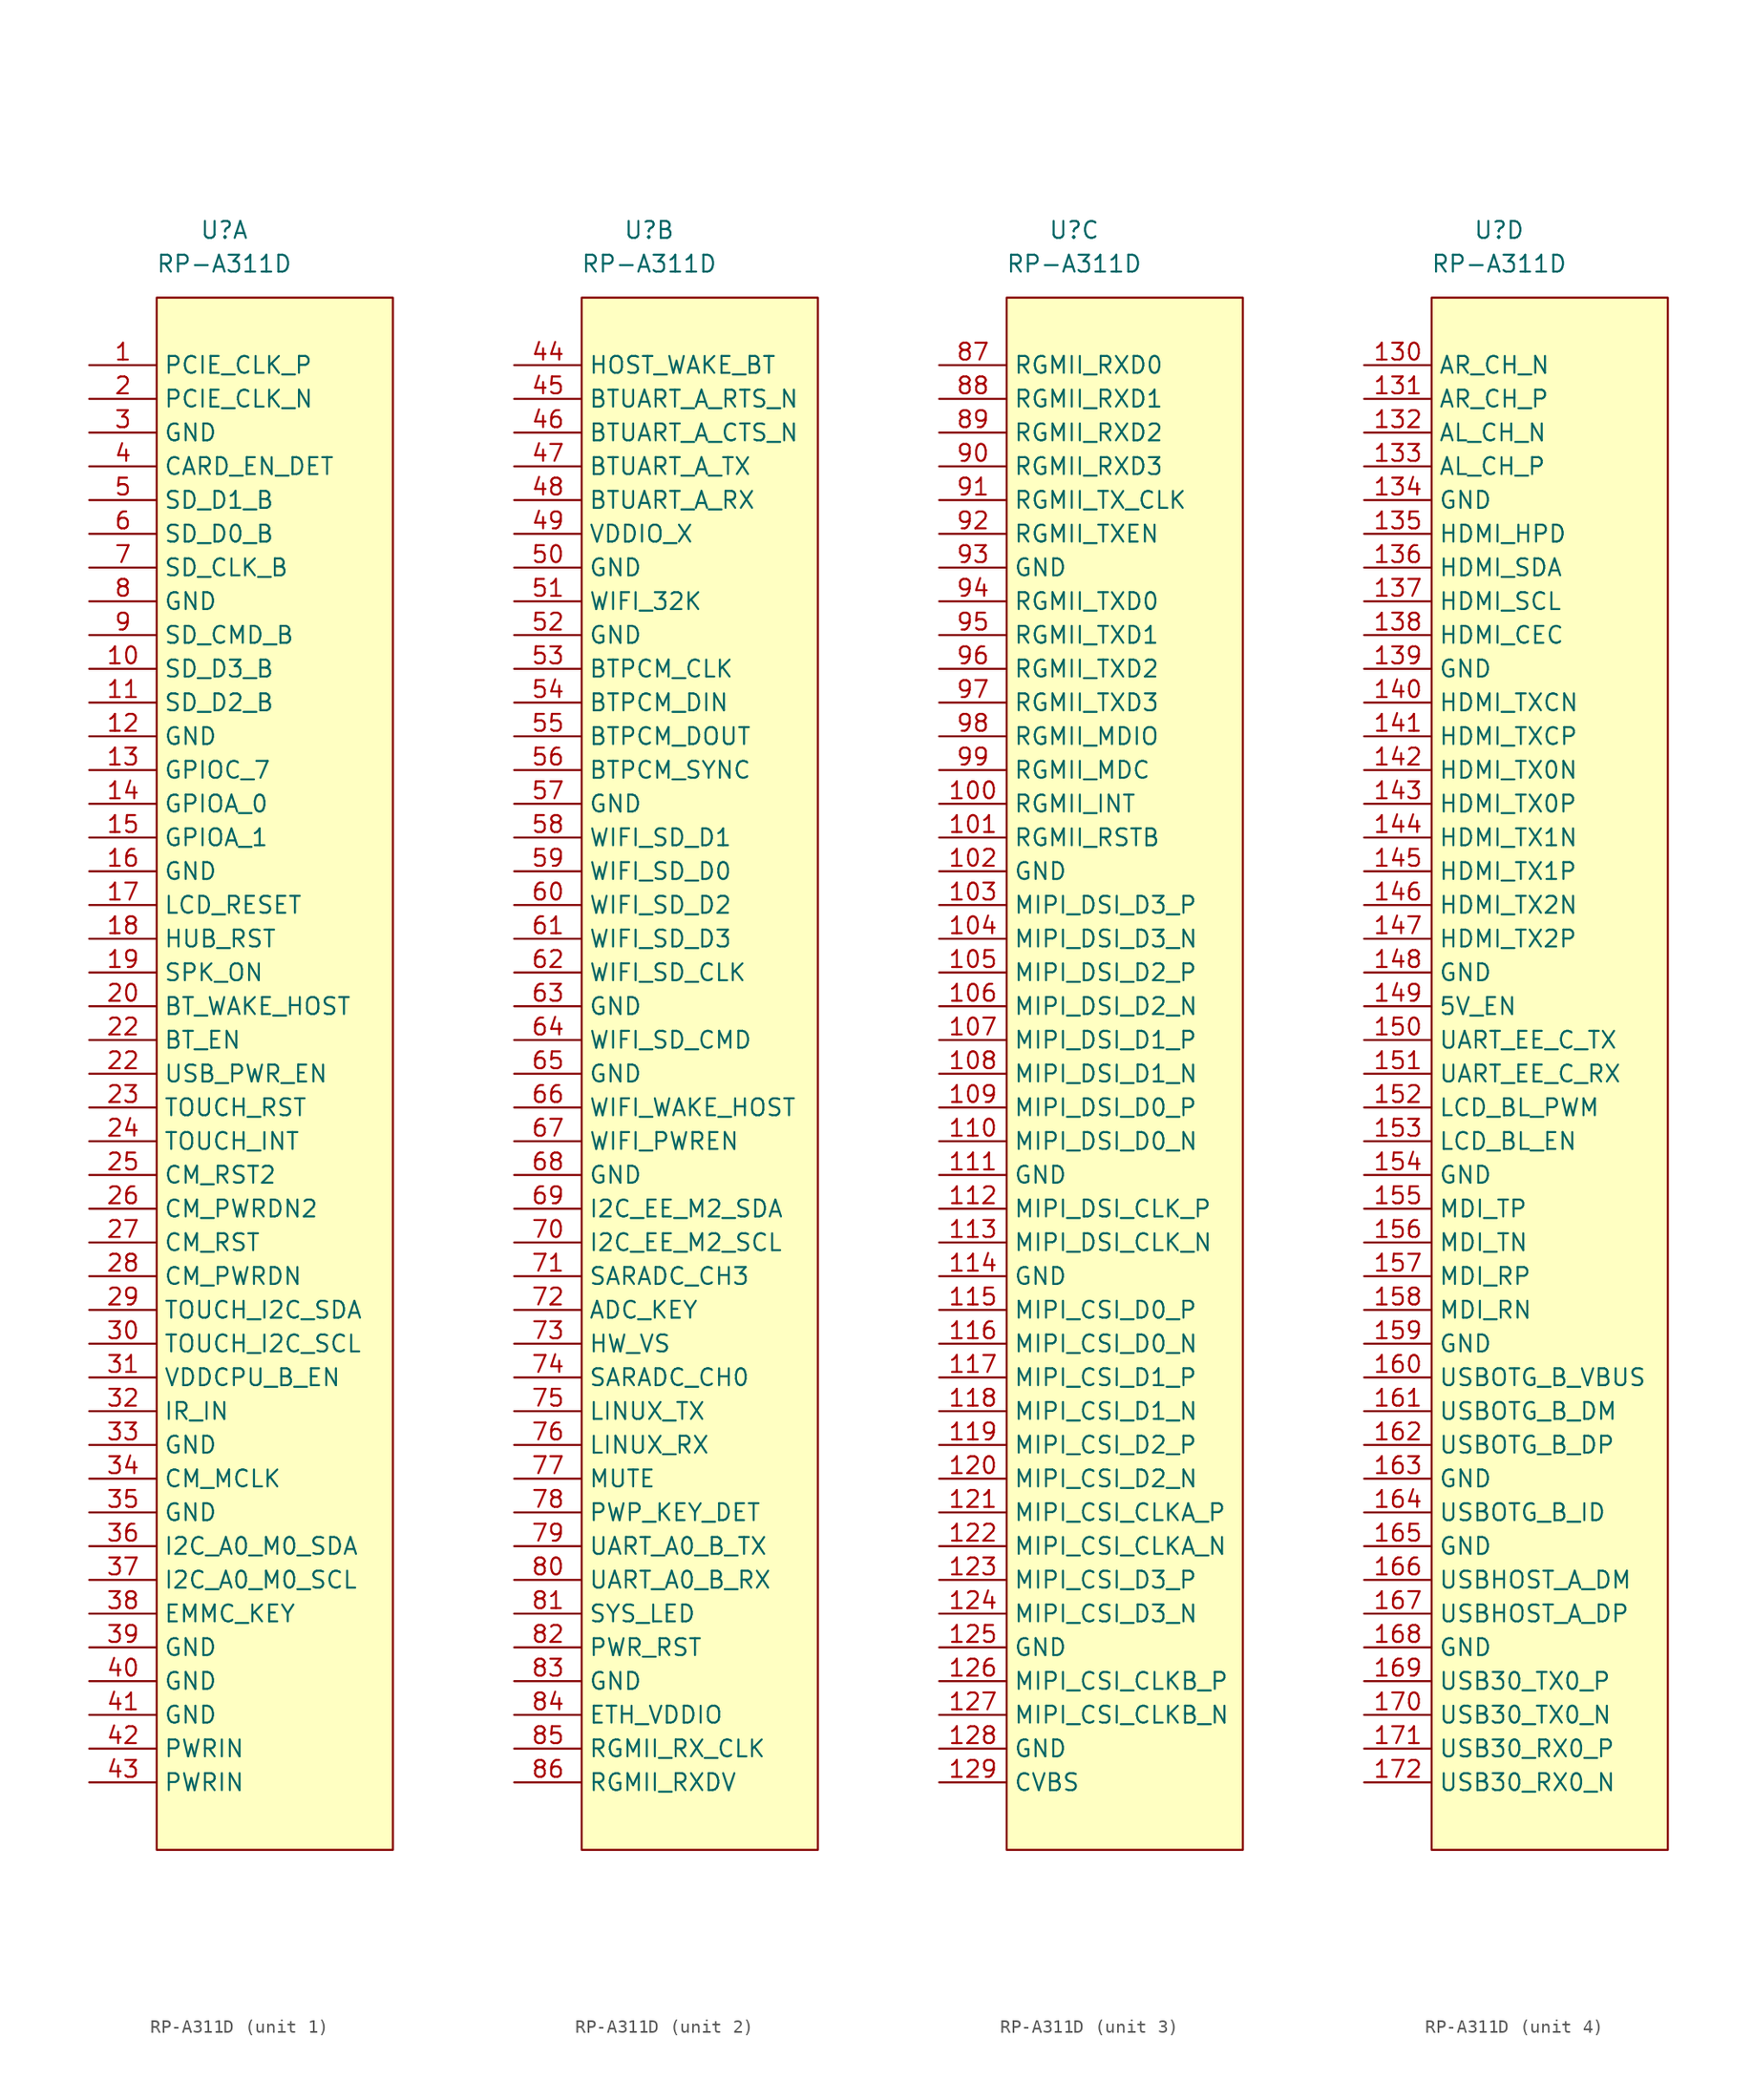
<source format=kicad_sym>
(kicad_symbol_lib
  (version 20211014)
  (generator kicad_symbol_editor)
  (symbol "RP-A311D"
    (property "Reference" "U"
      (at 0 0 0)
      (effects (font (size 1.27 1.27))))
    (property "Value" "RP-A311D"
      (at 0 -2.54 0)
      (effects (font (size 1.27 1.27))))
    (property "ki_locked" ""
      (at 0 0 0)
      (effects (font (size 1.27 1.27))))
    (symbol "RP-A311D_1_1"
      (rectangle (start -5.08 -5.08) (end 12.7 -121.92) (stroke (width 0.152) (type default) (color 0 0 0 0)) (fill (type background)))
      (pin output line (at -10.16 -10.16 0) (length 5.08) (name "PCIE_CLK_P" (effects (font (size 1.27 1.27)))) (number "1" (effects (font (size 1.27 1.27)))))
      (pin bidirectional line (at -10.16 -33.02 0) (length 5.08) (name "SD_D3_B" (effects (font (size 1.27 1.27)))) (number "10" (effects (font (size 1.27 1.27)))))
      (pin bidirectional line (at -10.16 -35.56 0) (length 5.08) (name "SD_D2_B" (effects (font (size 1.27 1.27)))) (number "11" (effects (font (size 1.27 1.27)))))
      (pin power_in line (at -10.16 -38.1 0) (length 5.08) (name "GND" (effects (font (size 1.27 1.27)))) (number "12" (effects (font (size 1.27 1.27)))))
      (pin bidirectional line (at -10.16 -40.64 0) (length 5.08) (name "GPIOC_7" (effects (font (size 1.27 1.27)))) (number "13" (effects (font (size 1.27 1.27)))))
      (pin bidirectional line (at -10.16 -43.18 0) (length 5.08) (name "GPIOA_0" (effects (font (size 1.27 1.27)))) (number "14" (effects (font (size 1.27 1.27)))))
      (pin bidirectional line (at -10.16 -45.72 0) (length 5.08) (name "GPIOA_1" (effects (font (size 1.27 1.27)))) (number "15" (effects (font (size 1.27 1.27)))))
      (pin power_in line (at -10.16 -48.26 0) (length 5.08) (name "GND" (effects (font (size 1.27 1.27)))) (number "16" (effects (font (size 1.27 1.27)))))
      (pin output line (at -10.16 -50.8 0) (length 5.08) (name "LCD_RESET" (effects (font (size 1.27 1.27)))) (number "17" (effects (font (size 1.27 1.27)))))
      (pin output line (at -10.16 -53.34 0) (length 5.08) (name "HUB_RST" (effects (font (size 1.27 1.27)))) (number "18" (effects (font (size 1.27 1.27)))))
      (pin output line (at -10.16 -55.88 0) (length 5.08) (name "SPK_ON" (effects (font (size 1.27 1.27)))) (number "19" (effects (font (size 1.27 1.27)))))
      (pin output line (at -10.16 -12.7 0) (length 5.08) (name "PCIE_CLK_N" (effects (font (size 1.27 1.27)))) (number "2" (effects (font (size 1.27 1.27)))))
      (pin input line (at -10.16 -58.42 0) (length 5.08) (name "BT_WAKE_HOST" (effects (font (size 1.27 1.27)))) (number "20" (effects (font (size 1.27 1.27)))))
      (pin output line (at -10.16 -60.96 0) (length 5.08) (name "BT_EN" (effects (font (size 1.27 1.27)))) (number "22" (effects (font (size 1.27 1.27)))))
      (pin output line (at -10.16 -63.5 0) (length 5.08) (name "USB_PWR_EN" (effects (font (size 1.27 1.27)))) (number "22" (effects (font (size 1.27 1.27)))))
      (pin output line (at -10.16 -66.04 0) (length 5.08) (name "TOUCH_RST" (effects (font (size 1.27 1.27)))) (number "23" (effects (font (size 1.27 1.27)))))
      (pin input line (at -10.16 -68.58 0) (length 5.08) (name "TOUCH_INT" (effects (font (size 1.27 1.27)))) (number "24" (effects (font (size 1.27 1.27)))))
      (pin output line (at -10.16 -71.12 0) (length 5.08) (name "CM_RST2" (effects (font (size 1.27 1.27)))) (number "25" (effects (font (size 1.27 1.27)))))
      (pin output line (at -10.16 -73.66 0) (length 5.08) (name "CM_PWRDN2" (effects (font (size 1.27 1.27)))) (number "26" (effects (font (size 1.27 1.27)))))
      (pin output line (at -10.16 -76.2 0) (length 5.08) (name "CM_RST" (effects (font (size 1.27 1.27)))) (number "27" (effects (font (size 1.27 1.27)))))
      (pin output line (at -10.16 -78.74 0) (length 5.08) (name "CM_PWRDN" (effects (font (size 1.27 1.27)))) (number "28" (effects (font (size 1.27 1.27)))))
      (pin open_collector line (at -10.16 -81.28 0) (length 5.08) (name "TOUCH_I2C_SDA" (effects (font (size 1.27 1.27)))) (number "29" (effects (font (size 1.27 1.27)))))
      (pin power_in line (at -10.16 -15.24 0) (length 5.08) (name "GND" (effects (font (size 1.27 1.27)))) (number "3" (effects (font (size 1.27 1.27)))))
      (pin open_collector line (at -10.16 -83.82 0) (length 5.08) (name "TOUCH_I2C_SCL" (effects (font (size 1.27 1.27)))) (number "30" (effects (font (size 1.27 1.27)))))
      (pin output line (at -10.16 -86.36 0) (length 5.08) (name "VDDCPU_B_EN" (effects (font (size 1.27 1.27)))) (number "31" (effects (font (size 1.27 1.27)))))
      (pin input line (at -10.16 -88.9 0) (length 5.08) (name "IR_IN" (effects (font (size 1.27 1.27)))) (number "32" (effects (font (size 1.27 1.27)))))
      (pin power_in line (at -10.16 -91.44 0) (length 5.08) (name "GND" (effects (font (size 1.27 1.27)))) (number "33" (effects (font (size 1.27 1.27)))))
      (pin output line (at -10.16 -93.98 0) (length 5.08) (name "CM_MCLK" (effects (font (size 1.27 1.27)))) (number "34" (effects (font (size 1.27 1.27)))))
      (pin power_in line (at -10.16 -96.52 0) (length 5.08) (name "GND" (effects (font (size 1.27 1.27)))) (number "35" (effects (font (size 1.27 1.27)))))
      (pin open_collector line (at -10.16 -99.06 0) (length 5.08) (name "I2C_A0_M0_SDA" (effects (font (size 1.27 1.27)))) (number "36" (effects (font (size 1.27 1.27)))))
      (pin open_collector line (at -10.16 -101.6 0) (length 5.08) (name "I2C_A0_M0_SCL" (effects (font (size 1.27 1.27)))) (number "37" (effects (font (size 1.27 1.27)))))
      (pin input line (at -10.16 -104.14 0) (length 5.08) (name "EMMC_KEY" (effects (font (size 1.27 1.27)))) (number "38" (effects (font (size 1.27 1.27)))))
      (pin power_in line (at -10.16 -106.68 0) (length 5.08) (name "GND" (effects (font (size 1.27 1.27)))) (number "39" (effects (font (size 1.27 1.27)))))
      (pin input line (at -10.16 -17.78 0) (length 5.08) (name "CARD_EN_DET" (effects (font (size 1.27 1.27)))) (number "4" (effects (font (size 1.27 1.27)))))
      (pin power_in line (at -10.16 -109.22 0) (length 5.08) (name "GND" (effects (font (size 1.27 1.27)))) (number "40" (effects (font (size 1.27 1.27)))))
      (pin power_in line (at -10.16 -111.76 0) (length 5.08) (name "GND" (effects (font (size 1.27 1.27)))) (number "41" (effects (font (size 1.27 1.27)))))
      (pin power_in line (at -10.16 -114.3 0) (length 5.08) (name "PWRIN" (effects (font (size 1.27 1.27)))) (number "42" (effects (font (size 1.27 1.27)))))
      (pin power_in line (at -10.16 -116.84 0) (length 5.08) (name "PWRIN" (effects (font (size 1.27 1.27)))) (number "43" (effects (font (size 1.27 1.27)))))
      (pin bidirectional line (at -10.16 -20.32 0) (length 5.08) (name "SD_D1_B" (effects (font (size 1.27 1.27)))) (number "5" (effects (font (size 1.27 1.27)))))
      (pin bidirectional line (at -10.16 -22.86 0) (length 5.08) (name "SD_D0_B" (effects (font (size 1.27 1.27)))) (number "6" (effects (font (size 1.27 1.27)))))
      (pin bidirectional line (at -10.16 -25.4 0) (length 5.08) (name "SD_CLK_B" (effects (font (size 1.27 1.27)))) (number "7" (effects (font (size 1.27 1.27)))))
      (pin power_in line (at -10.16 -27.94 0) (length 5.08) (name "GND" (effects (font (size 1.27 1.27)))) (number "8" (effects (font (size 1.27 1.27)))))
      (pin bidirectional line (at -10.16 -30.48 0) (length 5.08) (name "SD_CMD_B" (effects (font (size 1.27 1.27)))) (number "9" (effects (font (size 1.27 1.27))))))
    (symbol "RP-A311D_2_1"
      (rectangle (start -5.08 -5.08) (end 12.7 -121.92) (stroke (width 0.152) (type default) (color 0 0 0 0)) (fill (type background)))
      (pin output line (at -10.16 -10.16 0) (length 5.08) (name "HOST_WAKE_BT" (effects (font (size 1.27 1.27)))) (number "44" (effects (font (size 1.27 1.27)))))
      (pin output line (at -10.16 -12.7 0) (length 5.08) (name "BTUART_A_RTS_N" (effects (font (size 1.27 1.27)))) (number "45" (effects (font (size 1.27 1.27)))))
      (pin input line (at -10.16 -15.24 0) (length 5.08) (name "BTUART_A_CTS_N" (effects (font (size 1.27 1.27)))) (number "46" (effects (font (size 1.27 1.27)))))
      (pin output line (at -10.16 -17.78 0) (length 5.08) (name "BTUART_A_TX" (effects (font (size 1.27 1.27)))) (number "47" (effects (font (size 1.27 1.27)))))
      (pin input line (at -10.16 -20.32 0) (length 5.08) (name "BTUART_A_RX" (effects (font (size 1.27 1.27)))) (number "48" (effects (font (size 1.27 1.27)))))
      (pin power_in line (at -10.16 -22.86 0) (length 5.08) (name "VDDIO_X" (effects (font (size 1.27 1.27)))) (number "49" (effects (font (size 1.27 1.27)))))
      (pin power_in line (at -10.16 -25.4 0) (length 5.08) (name "GND" (effects (font (size 1.27 1.27)))) (number "50" (effects (font (size 1.27 1.27)))))
      (pin output line (at -10.16 -27.94 0) (length 5.08) (name "WIFI_32K" (effects (font (size 1.27 1.27)))) (number "51" (effects (font (size 1.27 1.27)))))
      (pin power_in line (at -10.16 -30.48 0) (length 5.08) (name "GND" (effects (font (size 1.27 1.27)))) (number "52" (effects (font (size 1.27 1.27)))))
      (pin output line (at -10.16 -33.02 0) (length 5.08) (name "BTPCM_CLK" (effects (font (size 1.27 1.27)))) (number "53" (effects (font (size 1.27 1.27)))))
      (pin input line (at -10.16 -35.56 0) (length 5.08) (name "BTPCM_DIN" (effects (font (size 1.27 1.27)))) (number "54" (effects (font (size 1.27 1.27)))))
      (pin output line (at -10.16 -38.1 0) (length 5.08) (name "BTPCM_DOUT" (effects (font (size 1.27 1.27)))) (number "55" (effects (font (size 1.27 1.27)))))
      (pin output line (at -10.16 -40.64 0) (length 5.08) (name "BTPCM_SYNC" (effects (font (size 1.27 1.27)))) (number "56" (effects (font (size 1.27 1.27)))))
      (pin power_in line (at -10.16 -43.18 0) (length 5.08) (name "GND" (effects (font (size 1.27 1.27)))) (number "57" (effects (font (size 1.27 1.27)))))
      (pin bidirectional line (at -10.16 -45.72 0) (length 5.08) (name "WIFI_SD_D1" (effects (font (size 1.27 1.27)))) (number "58" (effects (font (size 1.27 1.27)))))
      (pin bidirectional line (at -10.16 -48.26 0) (length 5.08) (name "WIFI_SD_D0" (effects (font (size 1.27 1.27)))) (number "59" (effects (font (size 1.27 1.27)))))
      (pin bidirectional line (at -10.16 -50.8 0) (length 5.08) (name "WIFI_SD_D2" (effects (font (size 1.27 1.27)))) (number "60" (effects (font (size 1.27 1.27)))))
      (pin bidirectional line (at -10.16 -53.34 0) (length 5.08) (name "WIFI_SD_D3" (effects (font (size 1.27 1.27)))) (number "61" (effects (font (size 1.27 1.27)))))
      (pin output line (at -10.16 -55.88 0) (length 5.08) (name "WIFI_SD_CLK" (effects (font (size 1.27 1.27)))) (number "62" (effects (font (size 1.27 1.27)))))
      (pin power_in line (at -10.16 -58.42 0) (length 5.08) (name "GND" (effects (font (size 1.27 1.27)))) (number "63" (effects (font (size 1.27 1.27)))))
      (pin output line (at -10.16 -60.96 0) (length 5.08) (name "WIFI_SD_CMD" (effects (font (size 1.27 1.27)))) (number "64" (effects (font (size 1.27 1.27)))))
      (pin power_in line (at -10.16 -63.5 0) (length 5.08) (name "GND" (effects (font (size 1.27 1.27)))) (number "65" (effects (font (size 1.27 1.27)))))
      (pin input line (at -10.16 -66.04 0) (length 5.08) (name "WIFI_WAKE_HOST" (effects (font (size 1.27 1.27)))) (number "66" (effects (font (size 1.27 1.27)))))
      (pin output line (at -10.16 -68.58 0) (length 5.08) (name "WIFI_PWREN" (effects (font (size 1.27 1.27)))) (number "67" (effects (font (size 1.27 1.27)))))
      (pin power_in line (at -10.16 -71.12 0) (length 5.08) (name "GND" (effects (font (size 1.27 1.27)))) (number "68" (effects (font (size 1.27 1.27)))))
      (pin open_collector line (at -10.16 -73.66 0) (length 5.08) (name "I2C_EE_M2_SDA" (effects (font (size 1.27 1.27)))) (number "69" (effects (font (size 1.27 1.27)))))
      (pin open_collector line (at -10.16 -76.2 0) (length 5.08) (name "I2C_EE_M2_SCL" (effects (font (size 1.27 1.27)))) (number "70" (effects (font (size 1.27 1.27)))))
      (pin input line (at -10.16 -78.74 0) (length 5.08) (name "SARADC_CH3" (effects (font (size 1.27 1.27)))) (number "71" (effects (font (size 1.27 1.27)))))
      (pin input line (at -10.16 -81.28 0) (length 5.08) (name "ADC_KEY" (effects (font (size 1.27 1.27)))) (number "72" (effects (font (size 1.27 1.27)))))
      (pin input line (at -10.16 -83.82 0) (length 5.08) (name "HW_VS" (effects (font (size 1.27 1.27)))) (number "73" (effects (font (size 1.27 1.27)))))
      (pin input line (at -10.16 -86.36 0) (length 5.08) (name "SARADC_CH0" (effects (font (size 1.27 1.27)))) (number "74" (effects (font (size 1.27 1.27)))))
      (pin output line (at -10.16 -88.9 0) (length 5.08) (name "LINUX_TX" (effects (font (size 1.27 1.27)))) (number "75" (effects (font (size 1.27 1.27)))))
      (pin input line (at -10.16 -91.44 0) (length 5.08) (name "LINUX_RX" (effects (font (size 1.27 1.27)))) (number "76" (effects (font (size 1.27 1.27)))))
      (pin input line (at -10.16 -93.98 0) (length 5.08) (name "MUTE" (effects (font (size 1.27 1.27)))) (number "77" (effects (font (size 1.27 1.27)))))
      (pin input line (at -10.16 -96.52 0) (length 5.08) (name "PWP_KEY_DET" (effects (font (size 1.27 1.27)))) (number "78" (effects (font (size 1.27 1.27)))))
      (pin output line (at -10.16 -99.06 0) (length 5.08) (name "UART_A0_B_TX" (effects (font (size 1.27 1.27)))) (number "79" (effects (font (size 1.27 1.27)))))
      (pin input line (at -10.16 -101.6 0) (length 5.08) (name "UART_A0_B_RX" (effects (font (size 1.27 1.27)))) (number "80" (effects (font (size 1.27 1.27)))))
      (pin output line (at -10.16 -104.14 0) (length 5.08) (name "SYS_LED" (effects (font (size 1.27 1.27)))) (number "81" (effects (font (size 1.27 1.27)))))
      (pin output line (at -10.16 -106.68 0) (length 5.08) (name "PWR_RST" (effects (font (size 1.27 1.27)))) (number "82" (effects (font (size 1.27 1.27)))))
      (pin power_in line (at -10.16 -109.22 0) (length 5.08) (name "GND" (effects (font (size 1.27 1.27)))) (number "83" (effects (font (size 1.27 1.27)))))
      (pin power_in line (at -10.16 -111.76 0) (length 5.08) (name "ETH_VDDIO" (effects (font (size 1.27 1.27)))) (number "84" (effects (font (size 1.27 1.27)))))
      (pin input line (at -10.16 -114.3 0) (length 5.08) (name "RGMII_RX_CLK" (effects (font (size 1.27 1.27)))) (number "85" (effects (font (size 1.27 1.27)))))
      (pin input line (at -10.16 -116.84 0) (length 5.08) (name "RGMII_RXDV" (effects (font (size 1.27 1.27)))) (number "86" (effects (font (size 1.27 1.27))))))
    (symbol "RP-A311D_3_1"
      (rectangle (start -5.08 -5.08) (end 12.7 -121.92) (stroke (width 0.152) (type default) (color 0 0 0 0)) (fill (type background)))
      (pin input line (at -10.16 -43.18 0) (length 5.08) (name "RGMII_INT" (effects (font (size 1.27 1.27)))) (number "100" (effects (font (size 1.27 1.27)))))
      (pin output line (at -10.16 -45.72 0) (length 5.08) (name "RGMII_RSTB" (effects (font (size 1.27 1.27)))) (number "101" (effects (font (size 1.27 1.27)))))
      (pin power_in line (at -10.16 -48.26 0) (length 5.08) (name "GND" (effects (font (size 1.27 1.27)))) (number "102" (effects (font (size 1.27 1.27)))))
      (pin output line (at -10.16 -50.8 0) (length 5.08) (name "MIPI_DSI_D3_P" (effects (font (size 1.27 1.27)))) (number "103" (effects (font (size 1.27 1.27)))))
      (pin output line (at -10.16 -53.34 0) (length 5.08) (name "MIPI_DSI_D3_N" (effects (font (size 1.27 1.27)))) (number "104" (effects (font (size 1.27 1.27)))))
      (pin output line (at -10.16 -55.88 0) (length 5.08) (name "MIPI_DSI_D2_P" (effects (font (size 1.27 1.27)))) (number "105" (effects (font (size 1.27 1.27)))))
      (pin output line (at -10.16 -58.42 0) (length 5.08) (name "MIPI_DSI_D2_N" (effects (font (size 1.27 1.27)))) (number "106" (effects (font (size 1.27 1.27)))))
      (pin output line (at -10.16 -60.96 0) (length 5.08) (name "MIPI_DSI_D1_P" (effects (font (size 1.27 1.27)))) (number "107" (effects (font (size 1.27 1.27)))))
      (pin output line (at -10.16 -63.5 0) (length 5.08) (name "MIPI_DSI_D1_N" (effects (font (size 1.27 1.27)))) (number "108" (effects (font (size 1.27 1.27)))))
      (pin output line (at -10.16 -66.04 0) (length 5.08) (name "MIPI_DSI_D0_P" (effects (font (size 1.27 1.27)))) (number "109" (effects (font (size 1.27 1.27)))))
      (pin output line (at -10.16 -68.58 0) (length 5.08) (name "MIPI_DSI_D0_N" (effects (font (size 1.27 1.27)))) (number "110" (effects (font (size 1.27 1.27)))))
      (pin power_in line (at -10.16 -71.12 0) (length 5.08) (name "GND" (effects (font (size 1.27 1.27)))) (number "111" (effects (font (size 1.27 1.27)))))
      (pin output line (at -10.16 -73.66 0) (length 5.08) (name "MIPI_DSI_CLK_P" (effects (font (size 1.27 1.27)))) (number "112" (effects (font (size 1.27 1.27)))))
      (pin output line (at -10.16 -76.2 0) (length 5.08) (name "MIPI_DSI_CLK_N" (effects (font (size 1.27 1.27)))) (number "113" (effects (font (size 1.27 1.27)))))
      (pin power_in line (at -10.16 -78.74 0) (length 5.08) (name "GND" (effects (font (size 1.27 1.27)))) (number "114" (effects (font (size 1.27 1.27)))))
      (pin input line (at -10.16 -81.28 0) (length 5.08) (name "MIPI_CSI_D0_P" (effects (font (size 1.27 1.27)))) (number "115" (effects (font (size 1.27 1.27)))))
      (pin input line (at -10.16 -83.82 0) (length 5.08) (name "MIPI_CSI_D0_N" (effects (font (size 1.27 1.27)))) (number "116" (effects (font (size 1.27 1.27)))))
      (pin input line (at -10.16 -86.36 0) (length 5.08) (name "MIPI_CSI_D1_P" (effects (font (size 1.27 1.27)))) (number "117" (effects (font (size 1.27 1.27)))))
      (pin input line (at -10.16 -88.9 0) (length 5.08) (name "MIPI_CSI_D1_N" (effects (font (size 1.27 1.27)))) (number "118" (effects (font (size 1.27 1.27)))))
      (pin input line (at -10.16 -91.44 0) (length 5.08) (name "MIPI_CSI_D2_P" (effects (font (size 1.27 1.27)))) (number "119" (effects (font (size 1.27 1.27)))))
      (pin input line (at -10.16 -93.98 0) (length 5.08) (name "MIPI_CSI_D2_N" (effects (font (size 1.27 1.27)))) (number "120" (effects (font (size 1.27 1.27)))))
      (pin input line (at -10.16 -96.52 0) (length 5.08) (name "MIPI_CSI_CLKA_P" (effects (font (size 1.27 1.27)))) (number "121" (effects (font (size 1.27 1.27)))))
      (pin input line (at -10.16 -99.06 0) (length 5.08) (name "MIPI_CSI_CLKA_N" (effects (font (size 1.27 1.27)))) (number "122" (effects (font (size 1.27 1.27)))))
      (pin input line (at -10.16 -101.6 0) (length 5.08) (name "MIPI_CSI_D3_P" (effects (font (size 1.27 1.27)))) (number "123" (effects (font (size 1.27 1.27)))))
      (pin input line (at -10.16 -104.14 0) (length 5.08) (name "MIPI_CSI_D3_N" (effects (font (size 1.27 1.27)))) (number "124" (effects (font (size 1.27 1.27)))))
      (pin power_in line (at -10.16 -106.68 0) (length 5.08) (name "GND" (effects (font (size 1.27 1.27)))) (number "125" (effects (font (size 1.27 1.27)))))
      (pin input line (at -10.16 -109.22 0) (length 5.08) (name "MIPI_CSI_CLKB_P" (effects (font (size 1.27 1.27)))) (number "126" (effects (font (size 1.27 1.27)))))
      (pin input line (at -10.16 -111.76 0) (length 5.08) (name "MIPI_CSI_CLKB_N" (effects (font (size 1.27 1.27)))) (number "127" (effects (font (size 1.27 1.27)))))
      (pin power_in line (at -10.16 -114.3 0) (length 5.08) (name "GND" (effects (font (size 1.27 1.27)))) (number "128" (effects (font (size 1.27 1.27)))))
      (pin output line (at -10.16 -116.84 0) (length 5.08) (name "CVBS" (effects (font (size 1.27 1.27)))) (number "129" (effects (font (size 1.27 1.27)))))
      (pin input line (at -10.16 -10.16 0) (length 5.08) (name "RGMII_RXD0" (effects (font (size 1.27 1.27)))) (number "87" (effects (font (size 1.27 1.27)))))
      (pin input line (at -10.16 -12.7 0) (length 5.08) (name "RGMII_RXD1" (effects (font (size 1.27 1.27)))) (number "88" (effects (font (size 1.27 1.27)))))
      (pin input line (at -10.16 -15.24 0) (length 5.08) (name "RGMII_RXD2" (effects (font (size 1.27 1.27)))) (number "89" (effects (font (size 1.27 1.27)))))
      (pin input line (at -10.16 -17.78 0) (length 5.08) (name "RGMII_RXD3" (effects (font (size 1.27 1.27)))) (number "90" (effects (font (size 1.27 1.27)))))
      (pin output line (at -10.16 -20.32 0) (length 5.08) (name "RGMII_TX_CLK" (effects (font (size 1.27 1.27)))) (number "91" (effects (font (size 1.27 1.27)))))
      (pin output line (at -10.16 -22.86 0) (length 5.08) (name "RGMII_TXEN" (effects (font (size 1.27 1.27)))) (number "92" (effects (font (size 1.27 1.27)))))
      (pin power_in line (at -10.16 -25.4 0) (length 5.08) (name "GND" (effects (font (size 1.27 1.27)))) (number "93" (effects (font (size 1.27 1.27)))))
      (pin output line (at -10.16 -27.94 0) (length 5.08) (name "RGMII_TXD0" (effects (font (size 1.27 1.27)))) (number "94" (effects (font (size 1.27 1.27)))))
      (pin output line (at -10.16 -30.48 0) (length 5.08) (name "RGMII_TXD1" (effects (font (size 1.27 1.27)))) (number "95" (effects (font (size 1.27 1.27)))))
      (pin output line (at -10.16 -33.02 0) (length 5.08) (name "RGMII_TXD2" (effects (font (size 1.27 1.27)))) (number "96" (effects (font (size 1.27 1.27)))))
      (pin output line (at -10.16 -35.56 0) (length 5.08) (name "RGMII_TXD3" (effects (font (size 1.27 1.27)))) (number "97" (effects (font (size 1.27 1.27)))))
      (pin bidirectional line (at -10.16 -38.1 0) (length 5.08) (name "RGMII_MDIO" (effects (font (size 1.27 1.27)))) (number "98" (effects (font (size 1.27 1.27)))))
      (pin output line (at -10.16 -40.64 0) (length 5.08) (name "RGMII_MDC" (effects (font (size 1.27 1.27)))) (number "99" (effects (font (size 1.27 1.27))))))
    (symbol "RP-A311D_4_1"
      (rectangle (start -5.08 -5.08) (end 12.7 -121.92) (stroke (width 0.152) (type default) (color 0 0 0 0)) (fill (type background)))
      (pin output line (at -10.16 -10.16 0) (length 5.08) (name "AR_CH_N" (effects (font (size 1.27 1.27)))) (number "130" (effects (font (size 1.27 1.27)))))
      (pin output line (at -10.16 -12.7 0) (length 5.08) (name "AR_CH_P" (effects (font (size 1.27 1.27)))) (number "131" (effects (font (size 1.27 1.27)))))
      (pin output line (at -10.16 -15.24 0) (length 5.08) (name "AL_CH_N" (effects (font (size 1.27 1.27)))) (number "132" (effects (font (size 1.27 1.27)))))
      (pin output line (at -10.16 -17.78 0) (length 5.08) (name "AL_CH_P" (effects (font (size 1.27 1.27)))) (number "133" (effects (font (size 1.27 1.27)))))
      (pin power_in line (at -10.16 -20.32 0) (length 5.08) (name "GND" (effects (font (size 1.27 1.27)))) (number "134" (effects (font (size 1.27 1.27)))))
      (pin input line (at -10.16 -22.86 0) (length 5.08) (name "HDMI_HPD" (effects (font (size 1.27 1.27)))) (number "135" (effects (font (size 1.27 1.27)))))
      (pin open_collector line (at -10.16 -25.4 0) (length 5.08) (name "HDMI_SDA" (effects (font (size 1.27 1.27)))) (number "136" (effects (font (size 1.27 1.27)))))
      (pin open_collector line (at -10.16 -27.94 0) (length 5.08) (name "HDMI_SCL" (effects (font (size 1.27 1.27)))) (number "137" (effects (font (size 1.27 1.27)))))
      (pin input line (at -10.16 -30.48 0) (length 5.08) (name "HDMI_CEC" (effects (font (size 1.27 1.27)))) (number "138" (effects (font (size 1.27 1.27)))))
      (pin power_in line (at -10.16 -33.02 0) (length 5.08) (name "GND" (effects (font (size 1.27 1.27)))) (number "139" (effects (font (size 1.27 1.27)))))
      (pin output line (at -10.16 -35.56 0) (length 5.08) (name "HDMI_TXCN" (effects (font (size 1.27 1.27)))) (number "140" (effects (font (size 1.27 1.27)))))
      (pin output line (at -10.16 -38.1 0) (length 5.08) (name "HDMI_TXCP" (effects (font (size 1.27 1.27)))) (number "141" (effects (font (size 1.27 1.27)))))
      (pin output line (at -10.16 -40.64 0) (length 5.08) (name "HDMI_TX0N" (effects (font (size 1.27 1.27)))) (number "142" (effects (font (size 1.27 1.27)))))
      (pin output line (at -10.16 -43.18 0) (length 5.08) (name "HDMI_TX0P" (effects (font (size 1.27 1.27)))) (number "143" (effects (font (size 1.27 1.27)))))
      (pin output line (at -10.16 -45.72 0) (length 5.08) (name "HDMI_TX1N" (effects (font (size 1.27 1.27)))) (number "144" (effects (font (size 1.27 1.27)))))
      (pin output line (at -10.16 -48.26 0) (length 5.08) (name "HDMI_TX1P" (effects (font (size 1.27 1.27)))) (number "145" (effects (font (size 1.27 1.27)))))
      (pin output line (at -10.16 -50.8 0) (length 5.08) (name "HDMI_TX2N" (effects (font (size 1.27 1.27)))) (number "146" (effects (font (size 1.27 1.27)))))
      (pin output line (at -10.16 -53.34 0) (length 5.08) (name "HDMI_TX2P" (effects (font (size 1.27 1.27)))) (number "147" (effects (font (size 1.27 1.27)))))
      (pin power_in line (at -10.16 -55.88 0) (length 5.08) (name "GND" (effects (font (size 1.27 1.27)))) (number "148" (effects (font (size 1.27 1.27)))))
      (pin output line (at -10.16 -58.42 0) (length 5.08) (name "5V_EN" (effects (font (size 1.27 1.27)))) (number "149" (effects (font (size 1.27 1.27)))))
      (pin output line (at -10.16 -60.96 0) (length 5.08) (name "UART_EE_C_TX" (effects (font (size 1.27 1.27)))) (number "150" (effects (font (size 1.27 1.27)))))
      (pin input line (at -10.16 -63.5 0) (length 5.08) (name "UART_EE_C_RX" (effects (font (size 1.27 1.27)))) (number "151" (effects (font (size 1.27 1.27)))))
      (pin output line (at -10.16 -66.04 0) (length 5.08) (name "LCD_BL_PWM" (effects (font (size 1.27 1.27)))) (number "152" (effects (font (size 1.27 1.27)))))
      (pin output line (at -10.16 -68.58 0) (length 5.08) (name "LCD_BL_EN" (effects (font (size 1.27 1.27)))) (number "153" (effects (font (size 1.27 1.27)))))
      (pin power_in line (at -10.16 -71.12 0) (length 5.08) (name "GND" (effects (font (size 1.27 1.27)))) (number "154" (effects (font (size 1.27 1.27)))))
      (pin bidirectional line (at -10.16 -73.66 0) (length 5.08) (name "MDI_TP" (effects (font (size 1.27 1.27)))) (number "155" (effects (font (size 1.27 1.27)))))
      (pin bidirectional line (at -10.16 -76.2 0) (length 5.08) (name "MDI_TN" (effects (font (size 1.27 1.27)))) (number "156" (effects (font (size 1.27 1.27)))))
      (pin bidirectional line (at -10.16 -78.74 0) (length 5.08) (name "MDI_RP" (effects (font (size 1.27 1.27)))) (number "157" (effects (font (size 1.27 1.27)))))
      (pin bidirectional line (at -10.16 -81.28 0) (length 5.08) (name "MDI_RN" (effects (font (size 1.27 1.27)))) (number "158" (effects (font (size 1.27 1.27)))))
      (pin power_in line (at -10.16 -83.82 0) (length 5.08) (name "GND" (effects (font (size 1.27 1.27)))) (number "159" (effects (font (size 1.27 1.27)))))
      (pin input line (at -10.16 -86.36 0) (length 5.08) (name "USBOTG_B_VBUS" (effects (font (size 1.27 1.27)))) (number "160" (effects (font (size 1.27 1.27)))))
      (pin bidirectional line (at -10.16 -88.9 0) (length 5.08) (name "USBOTG_B_DM" (effects (font (size 1.27 1.27)))) (number "161" (effects (font (size 1.27 1.27)))))
      (pin bidirectional line (at -10.16 -91.44 0) (length 5.08) (name "USBOTG_B_DP" (effects (font (size 1.27 1.27)))) (number "162" (effects (font (size 1.27 1.27)))))
      (pin power_in line (at -10.16 -93.98 0) (length 5.08) (name "GND" (effects (font (size 1.27 1.27)))) (number "163" (effects (font (size 1.27 1.27)))))
      (pin input line (at -10.16 -96.52 0) (length 5.08) (name "USBOTG_B_ID" (effects (font (size 1.27 1.27)))) (number "164" (effects (font (size 1.27 1.27)))))
      (pin power_in line (at -10.16 -99.06 0) (length 5.08) (name "GND" (effects (font (size 1.27 1.27)))) (number "165" (effects (font (size 1.27 1.27)))))
      (pin bidirectional line (at -10.16 -101.6 0) (length 5.08) (name "USBHOST_A_DM" (effects (font (size 1.27 1.27)))) (number "166" (effects (font (size 1.27 1.27)))))
      (pin bidirectional line (at -10.16 -104.14 0) (length 5.08) (name "USBHOST_A_DP" (effects (font (size 1.27 1.27)))) (number "167" (effects (font (size 1.27 1.27)))))
      (pin power_in line (at -10.16 -106.68 0) (length 5.08) (name "GND" (effects (font (size 1.27 1.27)))) (number "168" (effects (font (size 1.27 1.27)))))
      (pin output line (at -10.16 -109.22 0) (length 5.08) (name "USB30_TX0_P" (effects (font (size 1.27 1.27)))) (number "169" (effects (font (size 1.27 1.27)))))
      (pin output line (at -10.16 -111.76 0) (length 5.08) (name "USB30_TX0_N" (effects (font (size 1.27 1.27)))) (number "170" (effects (font (size 1.27 1.27)))))
      (pin input line (at -10.16 -114.3 0) (length 5.08) (name "USB30_RX0_P" (effects (font (size 1.27 1.27)))) (number "171" (effects (font (size 1.27 1.27)))))
      (pin input line (at -10.16 -116.84 0) (length 5.08) (name "USB30_RX0_N" (effects (font (size 1.27 1.27)))) (number "172" (effects (font (size 1.27 1.27))))))))
</source>
